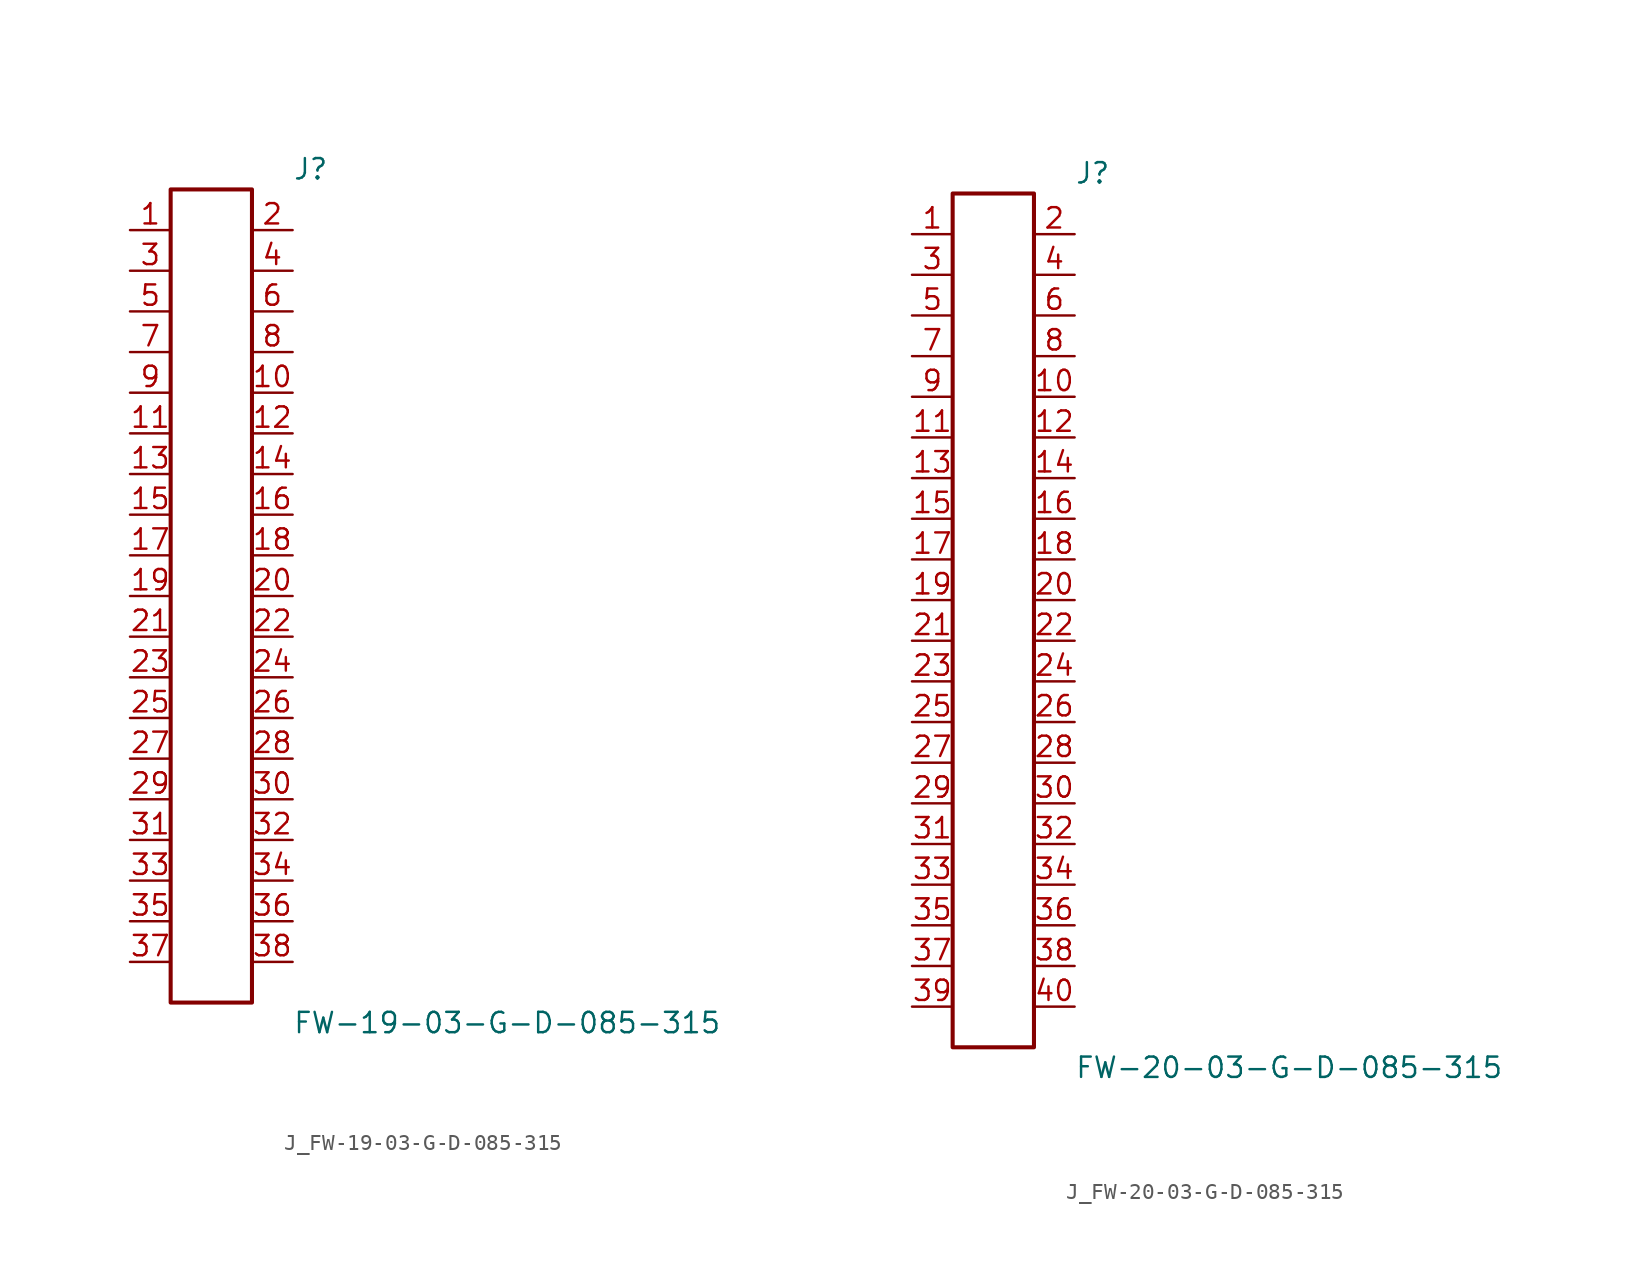
<source format=kicad_sym>
(kicad_symbol_lib
  (version 20231120)
  (generator kicad_symbol_editor)
  (generator_version 8.0)
  (symbol "J_FW-19-03-G-D-085-315"
    (pin_names
      (offset 0.254))
    (property "Reference" "J"
      (at 5.08 26.67 0)
      (effects (font (size 1.27 1.27)) (justify left)))
    (property "Value" "FW-19-03-G-D-085-315"
      (at 5.08 -26.67 0)
      (effects (font (size 1.27 1.27)) (justify left)))
    (symbol "J_FW-19-03-G-D-085-315_0_0"
      (pin unspecified line (at -5.08 22.86 0) (length 2.54) (name "" (effects (font (size 1.27 1.27)))) (number "1" (effects (font (size 1.27 1.27)))))
      (pin unspecified line (at 5.08 22.86 180) (length 2.54) (name "" (effects (font (size 1.27 1.27)))) (number "2" (effects (font (size 1.27 1.27)))))
      (pin unspecified line (at -5.08 20.32 0) (length 2.54) (name "" (effects (font (size 1.27 1.27)))) (number "3" (effects (font (size 1.27 1.27)))))
      (pin unspecified line (at 5.08 20.32 180) (length 2.54) (name "" (effects (font (size 1.27 1.27)))) (number "4" (effects (font (size 1.27 1.27)))))
      (pin unspecified line (at -5.08 17.78 0) (length 2.54) (name "" (effects (font (size 1.27 1.27)))) (number "5" (effects (font (size 1.27 1.27)))))
      (pin unspecified line (at 5.08 17.78 180) (length 2.54) (name "" (effects (font (size 1.27 1.27)))) (number "6" (effects (font (size 1.27 1.27)))))
      (pin unspecified line (at -5.08 15.24 0) (length 2.54) (name "" (effects (font (size 1.27 1.27)))) (number "7" (effects (font (size 1.27 1.27)))))
      (pin unspecified line (at 5.08 15.24 180) (length 2.54) (name "" (effects (font (size 1.27 1.27)))) (number "8" (effects (font (size 1.27 1.27)))))
      (pin unspecified line (at -5.08 12.7 0) (length 2.54) (name "" (effects (font (size 1.27 1.27)))) (number "9" (effects (font (size 1.27 1.27)))))
      (pin unspecified line (at 5.08 12.7 180) (length 2.54) (name "" (effects (font (size 1.27 1.27)))) (number "10" (effects (font (size 1.27 1.27)))))
      (pin unspecified line (at -5.08 10.16 0) (length 2.54) (name "" (effects (font (size 1.27 1.27)))) (number "11" (effects (font (size 1.27 1.27)))))
      (pin unspecified line (at 5.08 10.16 180) (length 2.54) (name "" (effects (font (size 1.27 1.27)))) (number "12" (effects (font (size 1.27 1.27)))))
      (pin unspecified line (at -5.08 7.62 0) (length 2.54) (name "" (effects (font (size 1.27 1.27)))) (number "13" (effects (font (size 1.27 1.27)))))
      (pin unspecified line (at 5.08 7.62 180) (length 2.54) (name "" (effects (font (size 1.27 1.27)))) (number "14" (effects (font (size 1.27 1.27)))))
      (pin unspecified line (at -5.08 5.08 0) (length 2.54) (name "" (effects (font (size 1.27 1.27)))) (number "15" (effects (font (size 1.27 1.27)))))
      (pin unspecified line (at 5.08 5.08 180) (length 2.54) (name "" (effects (font (size 1.27 1.27)))) (number "16" (effects (font (size 1.27 1.27)))))
      (pin unspecified line (at -5.08 2.54 0) (length 2.54) (name "" (effects (font (size 1.27 1.27)))) (number "17" (effects (font (size 1.27 1.27)))))
      (pin unspecified line (at 5.08 2.54 180) (length 2.54) (name "" (effects (font (size 1.27 1.27)))) (number "18" (effects (font (size 1.27 1.27)))))
      (pin unspecified line (at -5.08 0.0 0) (length 2.54) (name "" (effects (font (size 1.27 1.27)))) (number "19" (effects (font (size 1.27 1.27)))))
      (pin unspecified line (at 5.08 0.0 180) (length 2.54) (name "" (effects (font (size 1.27 1.27)))) (number "20" (effects (font (size 1.27 1.27)))))
      (pin unspecified line (at -5.08 -2.54 0) (length 2.54) (name "" (effects (font (size 1.27 1.27)))) (number "21" (effects (font (size 1.27 1.27)))))
      (pin unspecified line (at 5.08 -2.54 180) (length 2.54) (name "" (effects (font (size 1.27 1.27)))) (number "22" (effects (font (size 1.27 1.27)))))
      (pin unspecified line (at -5.08 -5.08 0) (length 2.54) (name "" (effects (font (size 1.27 1.27)))) (number "23" (effects (font (size 1.27 1.27)))))
      (pin unspecified line (at 5.08 -5.08 180) (length 2.54) (name "" (effects (font (size 1.27 1.27)))) (number "24" (effects (font (size 1.27 1.27)))))
      (pin unspecified line (at -5.08 -7.62 0) (length 2.54) (name "" (effects (font (size 1.27 1.27)))) (number "25" (effects (font (size 1.27 1.27)))))
      (pin unspecified line (at 5.08 -7.62 180) (length 2.54) (name "" (effects (font (size 1.27 1.27)))) (number "26" (effects (font (size 1.27 1.27)))))
      (pin unspecified line (at -5.08 -10.16 0) (length 2.54) (name "" (effects (font (size 1.27 1.27)))) (number "27" (effects (font (size 1.27 1.27)))))
      (pin unspecified line (at 5.08 -10.16 180) (length 2.54) (name "" (effects (font (size 1.27 1.27)))) (number "28" (effects (font (size 1.27 1.27)))))
      (pin unspecified line (at -5.08 -12.7 0) (length 2.54) (name "" (effects (font (size 1.27 1.27)))) (number "29" (effects (font (size 1.27 1.27)))))
      (pin unspecified line (at 5.08 -12.7 180) (length 2.54) (name "" (effects (font (size 1.27 1.27)))) (number "30" (effects (font (size 1.27 1.27)))))
      (pin unspecified line (at -5.08 -15.24 0) (length 2.54) (name "" (effects (font (size 1.27 1.27)))) (number "31" (effects (font (size 1.27 1.27)))))
      (pin unspecified line (at 5.08 -15.24 180) (length 2.54) (name "" (effects (font (size 1.27 1.27)))) (number "32" (effects (font (size 1.27 1.27)))))
      (pin unspecified line (at -5.08 -17.78 0) (length 2.54) (name "" (effects (font (size 1.27 1.27)))) (number "33" (effects (font (size 1.27 1.27)))))
      (pin unspecified line (at 5.08 -17.78 180) (length 2.54) (name "" (effects (font (size 1.27 1.27)))) (number "34" (effects (font (size 1.27 1.27)))))
      (pin unspecified line (at -5.08 -20.32 0) (length 2.54) (name "" (effects (font (size 1.27 1.27)))) (number "35" (effects (font (size 1.27 1.27)))))
      (pin unspecified line (at 5.08 -20.32 180) (length 2.54) (name "" (effects (font (size 1.27 1.27)))) (number "36" (effects (font (size 1.27 1.27)))))
      (pin unspecified line (at -5.08 -22.86 0) (length 2.54) (name "" (effects (font (size 1.27 1.27)))) (number "37" (effects (font (size 1.27 1.27)))))
      (pin unspecified line (at 5.08 -22.86 180) (length 2.54) (name "" (effects (font (size 1.27 1.27)))) (number "38" (effects (font (size 1.27 1.27))))))
    (symbol "J_FW-19-03-G-D-085-315_1_0"
      (rectangle (start -2.54 25.4) (end 2.54 -25.4) (stroke (width 0.254) (type solid)) (fill (type none)))))
  (symbol "J_FW-20-03-G-D-085-315"
    (pin_names
      (offset 0.254))
    (property "Reference" "J"
      (at 5.08 27.94 0)
      (effects (font (size 1.27 1.27)) (justify left)))
    (property "Value" "FW-20-03-G-D-085-315"
      (at 5.08 -27.94 0)
      (effects (font (size 1.27 1.27)) (justify left)))
    (symbol "J_FW-20-03-G-D-085-315_0_0"
      (pin unspecified line (at -5.08 24.13 0) (length 2.54) (name "" (effects (font (size 1.27 1.27)))) (number "1" (effects (font (size 1.27 1.27)))))
      (pin unspecified line (at 5.08 24.13 180) (length 2.54) (name "" (effects (font (size 1.27 1.27)))) (number "2" (effects (font (size 1.27 1.27)))))
      (pin unspecified line (at -5.08 21.59 0) (length 2.54) (name "" (effects (font (size 1.27 1.27)))) (number "3" (effects (font (size 1.27 1.27)))))
      (pin unspecified line (at 5.08 21.59 180) (length 2.54) (name "" (effects (font (size 1.27 1.27)))) (number "4" (effects (font (size 1.27 1.27)))))
      (pin unspecified line (at -5.08 19.05 0) (length 2.54) (name "" (effects (font (size 1.27 1.27)))) (number "5" (effects (font (size 1.27 1.27)))))
      (pin unspecified line (at 5.08 19.05 180) (length 2.54) (name "" (effects (font (size 1.27 1.27)))) (number "6" (effects (font (size 1.27 1.27)))))
      (pin unspecified line (at -5.08 16.51 0) (length 2.54) (name "" (effects (font (size 1.27 1.27)))) (number "7" (effects (font (size 1.27 1.27)))))
      (pin unspecified line (at 5.08 16.51 180) (length 2.54) (name "" (effects (font (size 1.27 1.27)))) (number "8" (effects (font (size 1.27 1.27)))))
      (pin unspecified line (at -5.08 13.97 0) (length 2.54) (name "" (effects (font (size 1.27 1.27)))) (number "9" (effects (font (size 1.27 1.27)))))
      (pin unspecified line (at 5.08 13.97 180) (length 2.54) (name "" (effects (font (size 1.27 1.27)))) (number "10" (effects (font (size 1.27 1.27)))))
      (pin unspecified line (at -5.08 11.43 0) (length 2.54) (name "" (effects (font (size 1.27 1.27)))) (number "11" (effects (font (size 1.27 1.27)))))
      (pin unspecified line (at 5.08 11.43 180) (length 2.54) (name "" (effects (font (size 1.27 1.27)))) (number "12" (effects (font (size 1.27 1.27)))))
      (pin unspecified line (at -5.08 8.89 0) (length 2.54) (name "" (effects (font (size 1.27 1.27)))) (number "13" (effects (font (size 1.27 1.27)))))
      (pin unspecified line (at 5.08 8.89 180) (length 2.54) (name "" (effects (font (size 1.27 1.27)))) (number "14" (effects (font (size 1.27 1.27)))))
      (pin unspecified line (at -5.08 6.35 0) (length 2.54) (name "" (effects (font (size 1.27 1.27)))) (number "15" (effects (font (size 1.27 1.27)))))
      (pin unspecified line (at 5.08 6.35 180) (length 2.54) (name "" (effects (font (size 1.27 1.27)))) (number "16" (effects (font (size 1.27 1.27)))))
      (pin unspecified line (at -5.08 3.81 0) (length 2.54) (name "" (effects (font (size 1.27 1.27)))) (number "17" (effects (font (size 1.27 1.27)))))
      (pin unspecified line (at 5.08 3.81 180) (length 2.54) (name "" (effects (font (size 1.27 1.27)))) (number "18" (effects (font (size 1.27 1.27)))))
      (pin unspecified line (at -5.08 1.27 0) (length 2.54) (name "" (effects (font (size 1.27 1.27)))) (number "19" (effects (font (size 1.27 1.27)))))
      (pin unspecified line (at 5.08 1.27 180) (length 2.54) (name "" (effects (font (size 1.27 1.27)))) (number "20" (effects (font (size 1.27 1.27)))))
      (pin unspecified line (at -5.08 -1.27 0) (length 2.54) (name "" (effects (font (size 1.27 1.27)))) (number "21" (effects (font (size 1.27 1.27)))))
      (pin unspecified line (at 5.08 -1.27 180) (length 2.54) (name "" (effects (font (size 1.27 1.27)))) (number "22" (effects (font (size 1.27 1.27)))))
      (pin unspecified line (at -5.08 -3.81 0) (length 2.54) (name "" (effects (font (size 1.27 1.27)))) (number "23" (effects (font (size 1.27 1.27)))))
      (pin unspecified line (at 5.08 -3.81 180) (length 2.54) (name "" (effects (font (size 1.27 1.27)))) (number "24" (effects (font (size 1.27 1.27)))))
      (pin unspecified line (at -5.08 -6.35 0) (length 2.54) (name "" (effects (font (size 1.27 1.27)))) (number "25" (effects (font (size 1.27 1.27)))))
      (pin unspecified line (at 5.08 -6.35 180) (length 2.54) (name "" (effects (font (size 1.27 1.27)))) (number "26" (effects (font (size 1.27 1.27)))))
      (pin unspecified line (at -5.08 -8.89 0) (length 2.54) (name "" (effects (font (size 1.27 1.27)))) (number "27" (effects (font (size 1.27 1.27)))))
      (pin unspecified line (at 5.08 -8.89 180) (length 2.54) (name "" (effects (font (size 1.27 1.27)))) (number "28" (effects (font (size 1.27 1.27)))))
      (pin unspecified line (at -5.08 -11.43 0) (length 2.54) (name "" (effects (font (size 1.27 1.27)))) (number "29" (effects (font (size 1.27 1.27)))))
      (pin unspecified line (at 5.08 -11.43 180) (length 2.54) (name "" (effects (font (size 1.27 1.27)))) (number "30" (effects (font (size 1.27 1.27)))))
      (pin unspecified line (at -5.08 -13.97 0) (length 2.54) (name "" (effects (font (size 1.27 1.27)))) (number "31" (effects (font (size 1.27 1.27)))))
      (pin unspecified line (at 5.08 -13.97 180) (length 2.54) (name "" (effects (font (size 1.27 1.27)))) (number "32" (effects (font (size 1.27 1.27)))))
      (pin unspecified line (at -5.08 -16.51 0) (length 2.54) (name "" (effects (font (size 1.27 1.27)))) (number "33" (effects (font (size 1.27 1.27)))))
      (pin unspecified line (at 5.08 -16.51 180) (length 2.54) (name "" (effects (font (size 1.27 1.27)))) (number "34" (effects (font (size 1.27 1.27)))))
      (pin unspecified line (at -5.08 -19.05 0) (length 2.54) (name "" (effects (font (size 1.27 1.27)))) (number "35" (effects (font (size 1.27 1.27)))))
      (pin unspecified line (at 5.08 -19.05 180) (length 2.54) (name "" (effects (font (size 1.27 1.27)))) (number "36" (effects (font (size 1.27 1.27)))))
      (pin unspecified line (at -5.08 -21.59 0) (length 2.54) (name "" (effects (font (size 1.27 1.27)))) (number "37" (effects (font (size 1.27 1.27)))))
      (pin unspecified line (at 5.08 -21.59 180) (length 2.54) (name "" (effects (font (size 1.27 1.27)))) (number "38" (effects (font (size 1.27 1.27)))))
      (pin unspecified line (at -5.08 -24.13 0) (length 2.54) (name "" (effects (font (size 1.27 1.27)))) (number "39" (effects (font (size 1.27 1.27)))))
      (pin unspecified line (at 5.08 -24.13 180) (length 2.54) (name "" (effects (font (size 1.27 1.27)))) (number "40" (effects (font (size 1.27 1.27))))))
    (symbol "J_FW-20-03-G-D-085-315_1_0"
      (rectangle (start -2.54 26.67) (end 2.54 -26.67) (stroke (width 0.254) (type solid)) (fill (type none))))))
</source>
